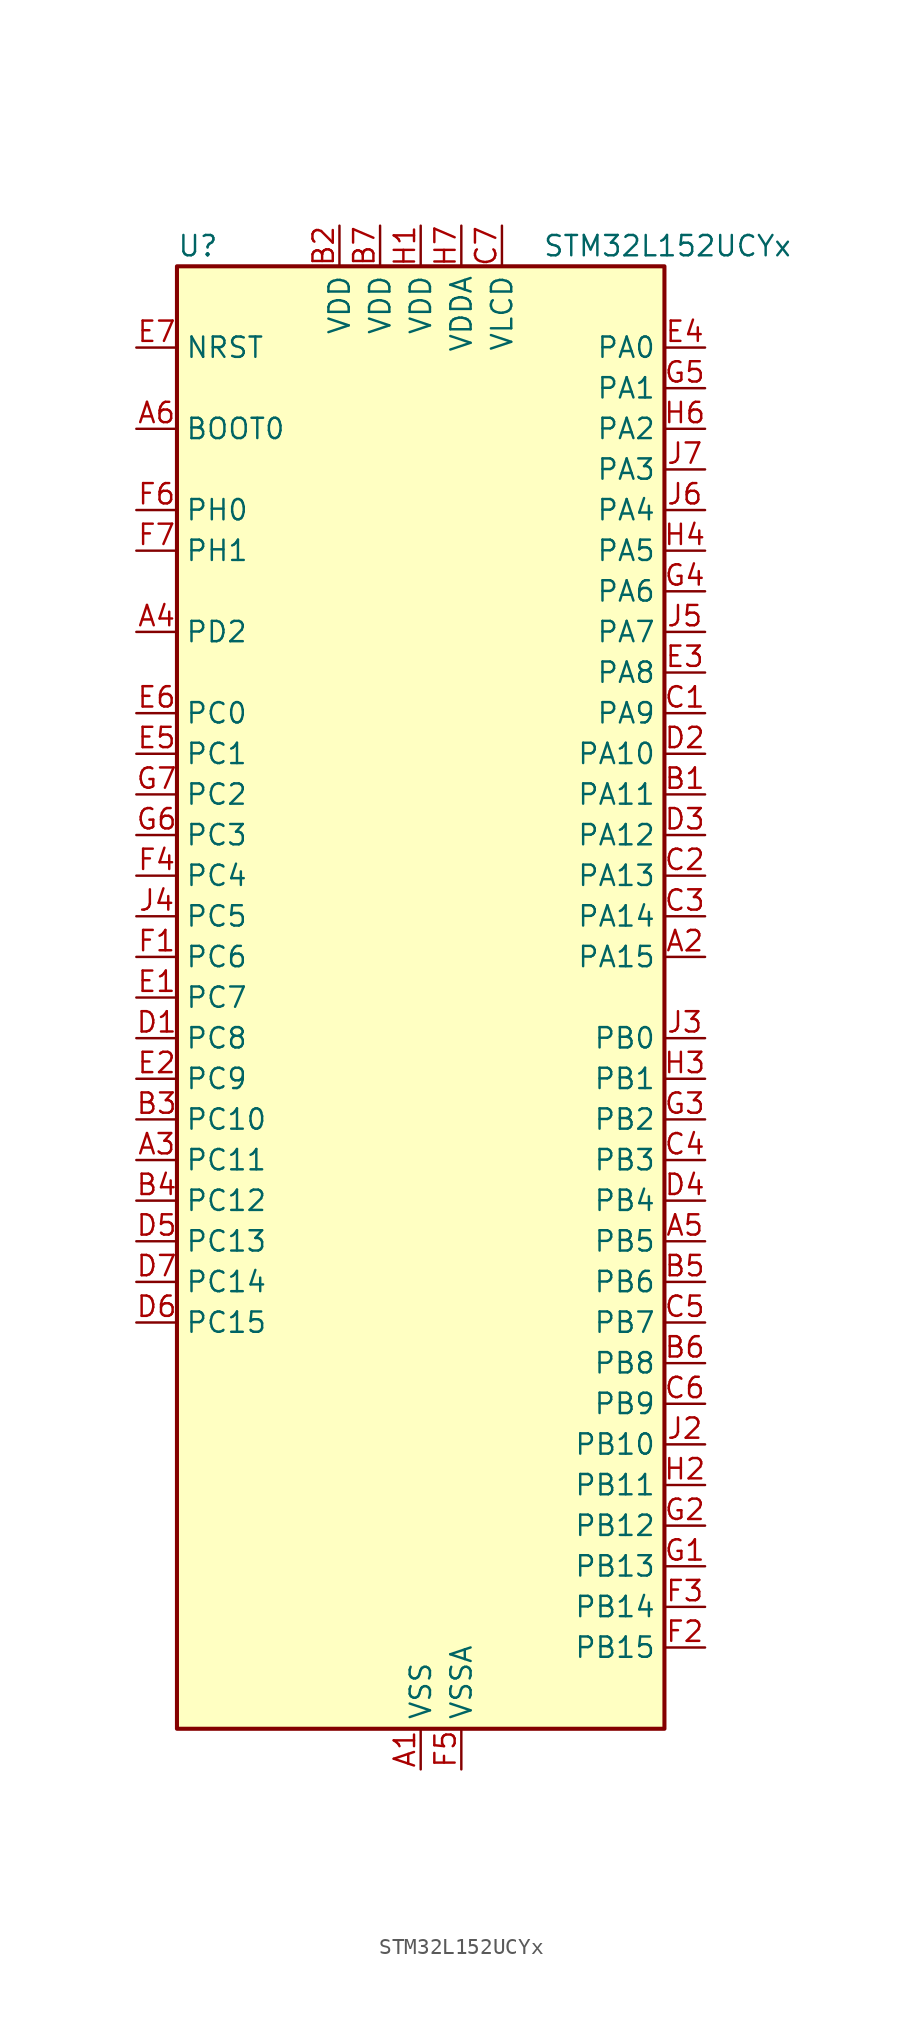
<source format=kicad_sym>
(kicad_symbol_lib
  (version 20241209)
  (generator "kicad_symbol_editor")
  (generator_version "9.0")
  (symbol "STM32L152UCYx"
    (property "Reference" "U"
      (at -15.24 46.99 0)
      (effects (font (size 1.27 1.27)) (justify left)))
    (property "Value" "STM32L152UCYx"
      (at 7.62 46.99 0)
      (effects (font (size 1.27 1.27)) (justify left)))
    (symbol "STM32L152UCYx_0_1"
      (rectangle (start -15.24 -45.72) (end 15.24 45.72) (stroke (width 0.254) (type default)) (fill (type background))))
    (symbol "STM32L152UCYx_1_1"
      (pin input line (at -17.78 40.64 0) (length 2.54) (name "NRST" (effects (font (size 1.27 1.27)))) (number "E7" (effects (font (size 1.27 1.27)))))
      (pin input line (at -17.78 35.56 0) (length 2.54) (name "BOOT0" (effects (font (size 1.27 1.27)))) (number "A6" (effects (font (size 1.27 1.27)))))
      (pin bidirectional line (at -17.78 30.48 0) (length 2.54) (name "PH0" (effects (font (size 1.27 1.27)))) (number "F6" (effects (font (size 1.27 1.27)))) (alternate "RCC_OSC_IN" bidirectional line))
      (pin bidirectional line (at -17.78 27.94 0) (length 2.54) (name "PH1" (effects (font (size 1.27 1.27)))) (number "F7" (effects (font (size 1.27 1.27)))) (alternate "RCC_OSC_OUT" bidirectional line))
      (pin bidirectional line (at -17.78 22.86 0) (length 2.54) (name "PD2" (effects (font (size 1.27 1.27)))) (number "A4" (effects (font (size 1.27 1.27)))) (alternate "LCD_COM7" bidirectional line) (alternate "LCD_SEG31" bidirectional line) (alternate "TIM3_ETR" bidirectional line) (alternate "TIMX_IC3" bidirectional line))
      (pin bidirectional line (at -17.78 17.78 0) (length 2.54) (name "PC0" (effects (font (size 1.27 1.27)))) (number "E6" (effects (font (size 1.27 1.27)))) (alternate "ADC_IN10" bidirectional line) (alternate "COMP1_INP" bidirectional line) (alternate "LCD_SEG18" bidirectional line) (alternate "TIMX_IC1" bidirectional line) (alternate "TS_G8_IO1" bidirectional line))
      (pin bidirectional line (at -17.78 15.24 0) (length 2.54) (name "PC1" (effects (font (size 1.27 1.27)))) (number "E5" (effects (font (size 1.27 1.27)))) (alternate "ADC_IN11" bidirectional line) (alternate "COMP1_INP" bidirectional line) (alternate "LCD_SEG19" bidirectional line) (alternate "TIMX_IC2" bidirectional line) (alternate "TS_G8_IO2" bidirectional line))
      (pin bidirectional line (at -17.78 12.7 0) (length 2.54) (name "PC2" (effects (font (size 1.27 1.27)))) (number "G7" (effects (font (size 1.27 1.27)))) (alternate "ADC_IN12" bidirectional line) (alternate "COMP1_INP" bidirectional line) (alternate "LCD_SEG20" bidirectional line) (alternate "TIMX_IC3" bidirectional line) (alternate "TS_G8_IO3" bidirectional line))
      (pin bidirectional line (at -17.78 10.16 0) (length 2.54) (name "PC3" (effects (font (size 1.27 1.27)))) (number "G6" (effects (font (size 1.27 1.27)))) (alternate "ADC_IN13" bidirectional line) (alternate "COMP1_INP" bidirectional line) (alternate "LCD_SEG21" bidirectional line) (alternate "TIMX_IC4" bidirectional line) (alternate "TS_G8_IO4" bidirectional line))
      (pin bidirectional line (at -17.78 7.62 0) (length 2.54) (name "PC4" (effects (font (size 1.27 1.27)))) (number "F4" (effects (font (size 1.27 1.27)))) (alternate "ADC_IN14" bidirectional line) (alternate "COMP1_INP" bidirectional line) (alternate "LCD_SEG22" bidirectional line) (alternate "TIMX_IC1" bidirectional line) (alternate "TS_G9_IO1" bidirectional line))
      (pin bidirectional line (at -17.78 5.08 0) (length 2.54) (name "PC5" (effects (font (size 1.27 1.27)))) (number "J4" (effects (font (size 1.27 1.27)))) (alternate "ADC_IN15" bidirectional line) (alternate "COMP1_INP" bidirectional line) (alternate "LCD_SEG23" bidirectional line) (alternate "TIMX_IC2" bidirectional line) (alternate "TS_G9_IO2" bidirectional line))
      (pin bidirectional line (at -17.78 2.54 0) (length 2.54) (name "PC6" (effects (font (size 1.27 1.27)))) (number "F1" (effects (font (size 1.27 1.27)))) (alternate "I2S2_MCK" bidirectional line) (alternate "LCD_SEG24" bidirectional line) (alternate "TIM3_CH1" bidirectional line) (alternate "TIMX_IC3" bidirectional line) (alternate "TS_G10_IO1" bidirectional line))
      (pin bidirectional line (at -17.78 0 0) (length 2.54) (name "PC7" (effects (font (size 1.27 1.27)))) (number "E1" (effects (font (size 1.27 1.27)))) (alternate "I2S3_MCK" bidirectional line) (alternate "LCD_SEG25" bidirectional line) (alternate "TIM3_CH2" bidirectional line) (alternate "TIMX_IC4" bidirectional line) (alternate "TS_G10_IO2" bidirectional line))
      (pin bidirectional line (at -17.78 -2.54 0) (length 2.54) (name "PC8" (effects (font (size 1.27 1.27)))) (number "D1" (effects (font (size 1.27 1.27)))) (alternate "LCD_SEG26" bidirectional line) (alternate "TIM3_CH3" bidirectional line) (alternate "TIMX_IC1" bidirectional line) (alternate "TS_G10_IO3" bidirectional line))
      (pin bidirectional line (at -17.78 -5.08 0) (length 2.54) (name "PC9" (effects (font (size 1.27 1.27)))) (number "E2" (effects (font (size 1.27 1.27)))) (alternate "DAC_EXTI9" bidirectional line) (alternate "LCD_SEG27" bidirectional line) (alternate "TIM3_CH4" bidirectional line) (alternate "TIMX_IC2" bidirectional line) (alternate "TS_G10_IO4" bidirectional line))
      (pin bidirectional line (at -17.78 -7.62 0) (length 2.54) (name "PC10" (effects (font (size 1.27 1.27)))) (number "B3" (effects (font (size 1.27 1.27)))) (alternate "I2S3_CK" bidirectional line) (alternate "LCD_COM4" bidirectional line) (alternate "LCD_SEG28" bidirectional line) (alternate "SPI3_SCK" bidirectional line) (alternate "TIMX_IC3" bidirectional line) (alternate "USART3_TX" bidirectional line))
      (pin bidirectional line (at -17.78 -10.16 0) (length 2.54) (name "PC11" (effects (font (size 1.27 1.27)))) (number "A3" (effects (font (size 1.27 1.27)))) (alternate "ADC_EXTI11" bidirectional line) (alternate "LCD_COM5" bidirectional line) (alternate "LCD_SEG29" bidirectional line) (alternate "SPI3_MISO" bidirectional line) (alternate "TIMX_IC4" bidirectional line) (alternate "USART3_RX" bidirectional line))
      (pin bidirectional line (at -17.78 -12.7 0) (length 2.54) (name "PC12" (effects (font (size 1.27 1.27)))) (number "B4" (effects (font (size 1.27 1.27)))) (alternate "I2S3_SD" bidirectional line) (alternate "LCD_COM6" bidirectional line) (alternate "LCD_SEG30" bidirectional line) (alternate "SPI3_MOSI" bidirectional line) (alternate "TIMX_IC1" bidirectional line) (alternate "USART3_CK" bidirectional line))
      (pin bidirectional line (at -17.78 -15.24 0) (length 2.54) (name "PC13" (effects (font (size 1.27 1.27)))) (number "D5" (effects (font (size 1.27 1.27)))) (alternate "RTC_OUT_ALARM" bidirectional line) (alternate "RTC_OUT_CALIB" bidirectional line) (alternate "RTC_TAMP1" bidirectional line) (alternate "RTC_TS" bidirectional line) (alternate "SYS_WKUP2" bidirectional line) (alternate "TIMX_IC2" bidirectional line))
      (pin bidirectional line (at -17.78 -17.78 0) (length 2.54) (name "PC14" (effects (font (size 1.27 1.27)))) (number "D7" (effects (font (size 1.27 1.27)))) (alternate "RCC_OSC32_IN" bidirectional line) (alternate "TIMX_IC3" bidirectional line))
      (pin bidirectional line (at -17.78 -20.32 0) (length 2.54) (name "PC15" (effects (font (size 1.27 1.27)))) (number "D6" (effects (font (size 1.27 1.27)))) (alternate "ADC_EXTI15" bidirectional line) (alternate "RCC_OSC32_OUT" bidirectional line) (alternate "TIMX_IC4" bidirectional line))
      (pin power_in line (at -5.08 48.26 270) (length 2.54) (name "VDD" (effects (font (size 1.27 1.27)))) (number "B2" (effects (font (size 1.27 1.27)))))
      (pin power_in line (at -2.54 48.26 270) (length 2.54) (name "VDD" (effects (font (size 1.27 1.27)))) (number "B7" (effects (font (size 1.27 1.27)))))
      (pin power_in line (at 0 48.26 270) (length 2.54) (name "VDD" (effects (font (size 1.27 1.27)))) (number "H1" (effects (font (size 1.27 1.27)))))
      (pin power_in line (at 0 -48.26 90) (length 2.54) (name "VSS" (effects (font (size 1.27 1.27)))) (number "A1" (effects (font (size 1.27 1.27)))))
      (pin passive line (at 0 -48.26 90) (length 2.54) (hide yes) (name "VSS" (effects (font (size 1.27 1.27)))) (number "A7" (effects (font (size 1.27 1.27)))))
      (pin passive line (at 0 -48.26 90) (length 2.54) (hide yes) (name "VSS" (effects (font (size 1.27 1.27)))) (number "H5" (effects (font (size 1.27 1.27)))))
      (pin passive line (at 0 -48.26 90) (length 2.54) (hide yes) (name "VSS" (effects (font (size 1.27 1.27)))) (number "J1" (effects (font (size 1.27 1.27)))))
      (pin power_in line (at 2.54 48.26 270) (length 2.54) (name "VDDA" (effects (font (size 1.27 1.27)))) (number "H7" (effects (font (size 1.27 1.27)))))
      (pin power_in line (at 2.54 -48.26 90) (length 2.54) (name "VSSA" (effects (font (size 1.27 1.27)))) (number "F5" (effects (font (size 1.27 1.27)))))
      (pin power_in line (at 5.08 48.26 270) (length 2.54) (name "VLCD" (effects (font (size 1.27 1.27)))) (number "C7" (effects (font (size 1.27 1.27)))))
      (pin bidirectional line (at 17.78 40.64 180) (length 2.54) (name "PA0" (effects (font (size 1.27 1.27)))) (number "E4" (effects (font (size 1.27 1.27)))) (alternate "ADC_IN0" bidirectional line) (alternate "COMP1_INP" bidirectional line) (alternate "RTC_TAMP2" bidirectional line) (alternate "SYS_WKUP1" bidirectional line) (alternate "TIM2_CH1" bidirectional line) (alternate "TIM2_ETR" bidirectional line) (alternate "TIM5_CH1" bidirectional line) (alternate "TIMX_IC1" bidirectional line) (alternate "TS_G1_IO1" bidirectional line) (alternate "USART2_CTS" bidirectional line))
      (pin bidirectional line (at 17.78 38.1 180) (length 2.54) (name "PA1" (effects (font (size 1.27 1.27)))) (number "G5" (effects (font (size 1.27 1.27)))) (alternate "ADC_IN1" bidirectional line) (alternate "COMP1_INP" bidirectional line) (alternate "LCD_SEG0" bidirectional line) (alternate "OPAMP1_VINP" bidirectional line) (alternate "TIM2_CH2" bidirectional line) (alternate "TIM5_CH2" bidirectional line) (alternate "TIMX_IC2" bidirectional line) (alternate "TS_G1_IO2" bidirectional line) (alternate "USART2_RTS" bidirectional line))
      (pin bidirectional line (at 17.78 35.56 180) (length 2.54) (name "PA2" (effects (font (size 1.27 1.27)))) (number "H6" (effects (font (size 1.27 1.27)))) (alternate "ADC_IN2" bidirectional line) (alternate "COMP1_INP" bidirectional line) (alternate "LCD_SEG1" bidirectional line) (alternate "OPAMP1_VINM" bidirectional line) (alternate "TIM2_CH3" bidirectional line) (alternate "TIM5_CH3" bidirectional line) (alternate "TIM9_CH1" bidirectional line) (alternate "TIMX_IC3" bidirectional line) (alternate "TS_G1_IO3" bidirectional line) (alternate "USART2_TX" bidirectional line))
      (pin bidirectional line (at 17.78 33.02 180) (length 2.54) (name "PA3" (effects (font (size 1.27 1.27)))) (number "J7" (effects (font (size 1.27 1.27)))) (alternate "ADC_IN3" bidirectional line) (alternate "COMP1_INP" bidirectional line) (alternate "LCD_SEG2" bidirectional line) (alternate "OPAMP1_VOUT" bidirectional line) (alternate "TIM2_CH4" bidirectional line) (alternate "TIM5_CH4" bidirectional line) (alternate "TIM9_CH2" bidirectional line) (alternate "TIMX_IC4" bidirectional line) (alternate "TS_G1_IO4" bidirectional line) (alternate "USART2_RX" bidirectional line))
      (pin bidirectional line (at 17.78 30.48 180) (length 2.54) (name "PA4" (effects (font (size 1.27 1.27)))) (number "J6" (effects (font (size 1.27 1.27)))) (alternate "ADC_IN4" bidirectional line) (alternate "COMP1_INP" bidirectional line) (alternate "DAC_OUT1" bidirectional line) (alternate "I2S3_WS" bidirectional line) (alternate "SPI1_NSS" bidirectional line) (alternate "SPI3_NSS" bidirectional line) (alternate "TIMX_IC1" bidirectional line) (alternate "USART2_CK" bidirectional line))
      (pin bidirectional line (at 17.78 27.94 180) (length 2.54) (name "PA5" (effects (font (size 1.27 1.27)))) (number "H4" (effects (font (size 1.27 1.27)))) (alternate "ADC_IN5" bidirectional line) (alternate "COMP1_INP" bidirectional line) (alternate "DAC_OUT2" bidirectional line) (alternate "SPI1_SCK" bidirectional line) (alternate "TIM2_CH1" bidirectional line) (alternate "TIM2_ETR" bidirectional line) (alternate "TIMX_IC2" bidirectional line))
      (pin bidirectional line (at 17.78 25.4 180) (length 2.54) (name "PA6" (effects (font (size 1.27 1.27)))) (number "G4" (effects (font (size 1.27 1.27)))) (alternate "ADC_IN6" bidirectional line) (alternate "COMP1_INP" bidirectional line) (alternate "LCD_SEG3" bidirectional line) (alternate "OPAMP2_VINP" bidirectional line) (alternate "SPI1_MISO" bidirectional line) (alternate "TIM10_CH1" bidirectional line) (alternate "TIM3_CH1" bidirectional line) (alternate "TIMX_IC3" bidirectional line) (alternate "TS_G2_IO1" bidirectional line))
      (pin bidirectional line (at 17.78 22.86 180) (length 2.54) (name "PA7" (effects (font (size 1.27 1.27)))) (number "J5" (effects (font (size 1.27 1.27)))) (alternate "ADC_IN7" bidirectional line) (alternate "COMP1_INP" bidirectional line) (alternate "LCD_SEG4" bidirectional line) (alternate "OPAMP2_VINM" bidirectional line) (alternate "SPI1_MOSI" bidirectional line) (alternate "TIM11_CH1" bidirectional line) (alternate "TIM3_CH2" bidirectional line) (alternate "TIMX_IC4" bidirectional line) (alternate "TS_G2_IO2" bidirectional line))
      (pin bidirectional line (at 17.78 20.32 180) (length 2.54) (name "PA8" (effects (font (size 1.27 1.27)))) (number "E3" (effects (font (size 1.27 1.27)))) (alternate "LCD_COM0" bidirectional line) (alternate "RCC_MCO" bidirectional line) (alternate "TIMX_IC1" bidirectional line) (alternate "TS_G4_IO1" bidirectional line) (alternate "USART1_CK" bidirectional line))
      (pin bidirectional line (at 17.78 17.78 180) (length 2.54) (name "PA9" (effects (font (size 1.27 1.27)))) (number "C1" (effects (font (size 1.27 1.27)))) (alternate "DAC_EXTI9" bidirectional line) (alternate "LCD_COM1" bidirectional line) (alternate "TIMX_IC2" bidirectional line) (alternate "TS_G4_IO2" bidirectional line) (alternate "USART1_TX" bidirectional line))
      (pin bidirectional line (at 17.78 15.24 180) (length 2.54) (name "PA10" (effects (font (size 1.27 1.27)))) (number "D2" (effects (font (size 1.27 1.27)))) (alternate "LCD_COM2" bidirectional line) (alternate "TIMX_IC3" bidirectional line) (alternate "TS_G4_IO3" bidirectional line) (alternate "USART1_RX" bidirectional line))
      (pin bidirectional line (at 17.78 12.7 180) (length 2.54) (name "PA11" (effects (font (size 1.27 1.27)))) (number "B1" (effects (font (size 1.27 1.27)))) (alternate "ADC_EXTI11" bidirectional line) (alternate "SPI1_MISO" bidirectional line) (alternate "TIMX_IC4" bidirectional line) (alternate "USART1_CTS" bidirectional line) (alternate "USB_DM" bidirectional line))
      (pin bidirectional line (at 17.78 10.16 180) (length 2.54) (name "PA12" (effects (font (size 1.27 1.27)))) (number "D3" (effects (font (size 1.27 1.27)))) (alternate "SPI1_MOSI" bidirectional line) (alternate "TIMX_IC1" bidirectional line) (alternate "USART1_RTS" bidirectional line) (alternate "USB_DP" bidirectional line))
      (pin bidirectional line (at 17.78 7.62 180) (length 2.54) (name "PA13" (effects (font (size 1.27 1.27)))) (number "C2" (effects (font (size 1.27 1.27)))) (alternate "SYS_JTMS-SWDIO" bidirectional line) (alternate "TIMX_IC2" bidirectional line) (alternate "TS_G5_IO1" bidirectional line))
      (pin bidirectional line (at 17.78 5.08 180) (length 2.54) (name "PA14" (effects (font (size 1.27 1.27)))) (number "C3" (effects (font (size 1.27 1.27)))) (alternate "SYS_JTCK-SWCLK" bidirectional line) (alternate "TIMX_IC3" bidirectional line) (alternate "TS_G5_IO2" bidirectional line))
      (pin bidirectional line (at 17.78 2.54 180) (length 2.54) (name "PA15" (effects (font (size 1.27 1.27)))) (number "A2" (effects (font (size 1.27 1.27)))) (alternate "ADC_EXTI15" bidirectional line) (alternate "I2S3_WS" bidirectional line) (alternate "LCD_SEG17" bidirectional line) (alternate "SPI1_NSS" bidirectional line) (alternate "SPI3_NSS" bidirectional line) (alternate "SYS_JTDI" bidirectional line) (alternate "TIM2_CH1" bidirectional line) (alternate "TIM2_ETR" bidirectional line) (alternate "TIMX_IC4" bidirectional line) (alternate "TS_G5_IO3" bidirectional line))
      (pin bidirectional line (at 17.78 -2.54 180) (length 2.54) (name "PB0" (effects (font (size 1.27 1.27)))) (number "J3" (effects (font (size 1.27 1.27)))) (alternate "ADC_IN8" bidirectional line) (alternate "COMP1_INP" bidirectional line) (alternate "LCD_SEG5" bidirectional line) (alternate "OPAMP2_VOUT" bidirectional line) (alternate "SYS_V_REF_OUT" bidirectional line) (alternate "TIM3_CH3" bidirectional line) (alternate "TS_G3_IO1" bidirectional line))
      (pin bidirectional line (at 17.78 -5.08 180) (length 2.54) (name "PB1" (effects (font (size 1.27 1.27)))) (number "H3" (effects (font (size 1.27 1.27)))) (alternate "ADC_IN9" bidirectional line) (alternate "COMP1_INP" bidirectional line) (alternate "LCD_SEG6" bidirectional line) (alternate "SYS_V_REF_OUT" bidirectional line) (alternate "TIM3_CH4" bidirectional line) (alternate "TS_G3_IO2" bidirectional line))
      (pin bidirectional line (at 17.78 -7.62 180) (length 2.54) (name "PB2" (effects (font (size 1.27 1.27)))) (number "G3" (effects (font (size 1.27 1.27)))) (alternate "TS_G3_IO3" bidirectional line))
      (pin bidirectional line (at 17.78 -10.16 180) (length 2.54) (name "PB3" (effects (font (size 1.27 1.27)))) (number "C4" (effects (font (size 1.27 1.27)))) (alternate "COMP2_INM" bidirectional line) (alternate "I2S3_CK" bidirectional line) (alternate "LCD_SEG7" bidirectional line) (alternate "SPI1_SCK" bidirectional line) (alternate "SPI3_SCK" bidirectional line) (alternate "SYS_JTDO-TRACESWO" bidirectional line) (alternate "TIM2_CH2" bidirectional line))
      (pin bidirectional line (at 17.78 -12.7 180) (length 2.54) (name "PB4" (effects (font (size 1.27 1.27)))) (number "D4" (effects (font (size 1.27 1.27)))) (alternate "COMP2_INP" bidirectional line) (alternate "LCD_SEG8" bidirectional line) (alternate "SPI1_MISO" bidirectional line) (alternate "SPI3_MISO" bidirectional line) (alternate "SYS_JTRST" bidirectional line) (alternate "TIM3_CH1" bidirectional line) (alternate "TS_G6_IO1" bidirectional line))
      (pin bidirectional line (at 17.78 -15.24 180) (length 2.54) (name "PB5" (effects (font (size 1.27 1.27)))) (number "A5" (effects (font (size 1.27 1.27)))) (alternate "COMP2_INP" bidirectional line) (alternate "I2C1_SMBA" bidirectional line) (alternate "I2S3_SD" bidirectional line) (alternate "LCD_SEG9" bidirectional line) (alternate "SPI1_MOSI" bidirectional line) (alternate "SPI3_MOSI" bidirectional line) (alternate "TIM3_CH2" bidirectional line) (alternate "TS_G6_IO2" bidirectional line))
      (pin bidirectional line (at 17.78 -17.78 180) (length 2.54) (name "PB6" (effects (font (size 1.27 1.27)))) (number "B5" (effects (font (size 1.27 1.27)))) (alternate "COMP2_INP" bidirectional line) (alternate "I2C1_SCL" bidirectional line) (alternate "TIM4_CH1" bidirectional line) (alternate "TS_G6_IO3" bidirectional line) (alternate "USART1_TX" bidirectional line))
      (pin bidirectional line (at 17.78 -20.32 180) (length 2.54) (name "PB7" (effects (font (size 1.27 1.27)))) (number "C5" (effects (font (size 1.27 1.27)))) (alternate "COMP2_INP" bidirectional line) (alternate "I2C1_SDA" bidirectional line) (alternate "SYS_PVD_IN" bidirectional line) (alternate "TIM4_CH2" bidirectional line) (alternate "TS_G6_IO4" bidirectional line) (alternate "USART1_RX" bidirectional line))
      (pin bidirectional line (at 17.78 -22.86 180) (length 2.54) (name "PB8" (effects (font (size 1.27 1.27)))) (number "B6" (effects (font (size 1.27 1.27)))) (alternate "I2C1_SCL" bidirectional line) (alternate "LCD_SEG16" bidirectional line) (alternate "TIM10_CH1" bidirectional line) (alternate "TIM4_CH3" bidirectional line))
      (pin bidirectional line (at 17.78 -25.4 180) (length 2.54) (name "PB9" (effects (font (size 1.27 1.27)))) (number "C6" (effects (font (size 1.27 1.27)))) (alternate "DAC_EXTI9" bidirectional line) (alternate "I2C1_SDA" bidirectional line) (alternate "LCD_COM3" bidirectional line) (alternate "TIM11_CH1" bidirectional line) (alternate "TIM4_CH4" bidirectional line))
      (pin bidirectional line (at 17.78 -27.94 180) (length 2.54) (name "PB10" (effects (font (size 1.27 1.27)))) (number "J2" (effects (font (size 1.27 1.27)))) (alternate "I2C2_SCL" bidirectional line) (alternate "LCD_SEG10" bidirectional line) (alternate "TIM2_CH3" bidirectional line) (alternate "USART3_TX" bidirectional line))
      (pin bidirectional line (at 17.78 -30.48 180) (length 2.54) (name "PB11" (effects (font (size 1.27 1.27)))) (number "H2" (effects (font (size 1.27 1.27)))) (alternate "ADC_EXTI11" bidirectional line) (alternate "I2C2_SDA" bidirectional line) (alternate "LCD_SEG11" bidirectional line) (alternate "TIM2_CH4" bidirectional line) (alternate "USART3_RX" bidirectional line))
      (pin bidirectional line (at 17.78 -33.02 180) (length 2.54) (name "PB12" (effects (font (size 1.27 1.27)))) (number "G2" (effects (font (size 1.27 1.27)))) (alternate "ADC_IN18" bidirectional line) (alternate "COMP1_INP" bidirectional line) (alternate "I2C2_SMBA" bidirectional line) (alternate "I2S2_WS" bidirectional line) (alternate "LCD_SEG12" bidirectional line) (alternate "SPI2_NSS" bidirectional line) (alternate "TIM10_CH1" bidirectional line) (alternate "TS_G7_IO1" bidirectional line) (alternate "USART3_CK" bidirectional line))
      (pin bidirectional line (at 17.78 -35.56 180) (length 2.54) (name "PB13" (effects (font (size 1.27 1.27)))) (number "G1" (effects (font (size 1.27 1.27)))) (alternate "ADC_IN19" bidirectional line) (alternate "COMP1_INP" bidirectional line) (alternate "I2S2_CK" bidirectional line) (alternate "LCD_SEG13" bidirectional line) (alternate "SPI2_SCK" bidirectional line) (alternate "TIM9_CH1" bidirectional line) (alternate "TS_G7_IO2" bidirectional line) (alternate "USART3_CTS" bidirectional line))
      (pin bidirectional line (at 17.78 -38.1 180) (length 2.54) (name "PB14" (effects (font (size 1.27 1.27)))) (number "F3" (effects (font (size 1.27 1.27)))) (alternate "ADC_IN20" bidirectional line) (alternate "COMP1_INP" bidirectional line) (alternate "LCD_SEG14" bidirectional line) (alternate "SPI2_MISO" bidirectional line) (alternate "TIM9_CH2" bidirectional line) (alternate "TS_G7_IO3" bidirectional line) (alternate "USART3_RTS" bidirectional line))
      (pin bidirectional line (at 17.78 -40.64 180) (length 2.54) (name "PB15" (effects (font (size 1.27 1.27)))) (number "F2" (effects (font (size 1.27 1.27)))) (alternate "ADC_EXTI15" bidirectional line) (alternate "ADC_IN21" bidirectional line) (alternate "COMP1_INP" bidirectional line) (alternate "I2S2_SD" bidirectional line) (alternate "LCD_SEG15" bidirectional line) (alternate "RTC_REFIN" bidirectional line) (alternate "SPI2_MOSI" bidirectional line) (alternate "TIM11_CH1" bidirectional line) (alternate "TS_G7_IO4" bidirectional line)))))
</source>
